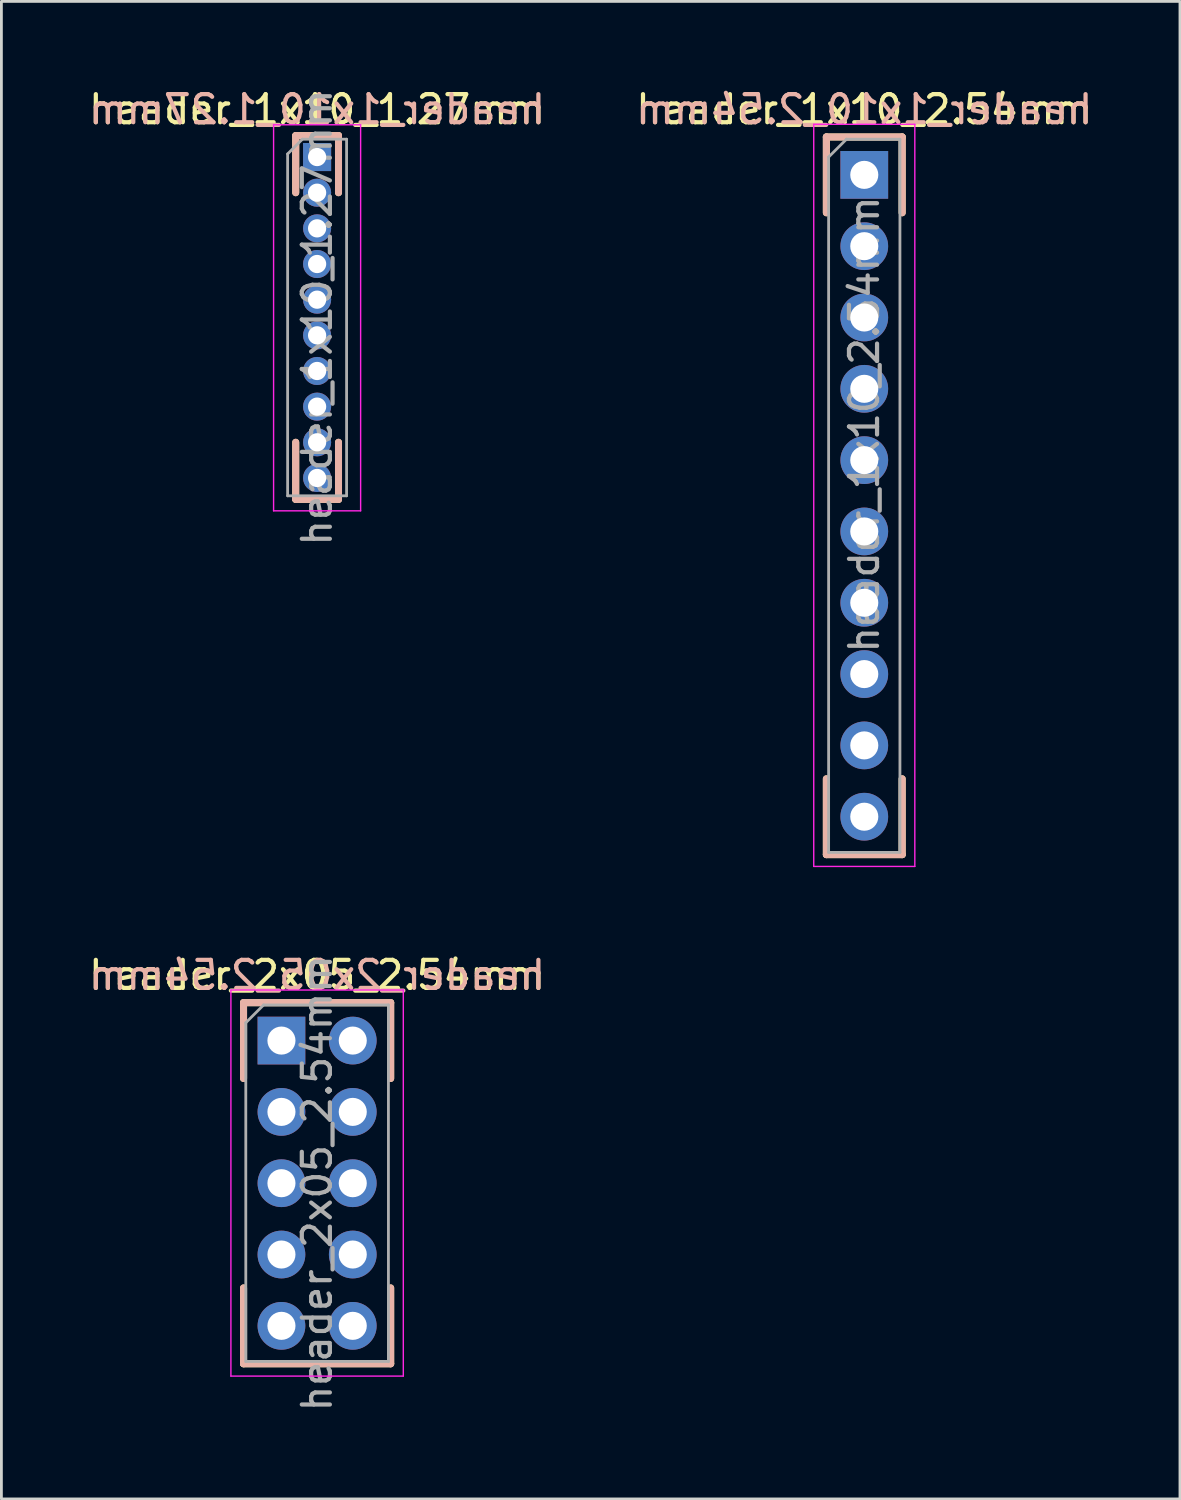
<source format=kicad_pcb>
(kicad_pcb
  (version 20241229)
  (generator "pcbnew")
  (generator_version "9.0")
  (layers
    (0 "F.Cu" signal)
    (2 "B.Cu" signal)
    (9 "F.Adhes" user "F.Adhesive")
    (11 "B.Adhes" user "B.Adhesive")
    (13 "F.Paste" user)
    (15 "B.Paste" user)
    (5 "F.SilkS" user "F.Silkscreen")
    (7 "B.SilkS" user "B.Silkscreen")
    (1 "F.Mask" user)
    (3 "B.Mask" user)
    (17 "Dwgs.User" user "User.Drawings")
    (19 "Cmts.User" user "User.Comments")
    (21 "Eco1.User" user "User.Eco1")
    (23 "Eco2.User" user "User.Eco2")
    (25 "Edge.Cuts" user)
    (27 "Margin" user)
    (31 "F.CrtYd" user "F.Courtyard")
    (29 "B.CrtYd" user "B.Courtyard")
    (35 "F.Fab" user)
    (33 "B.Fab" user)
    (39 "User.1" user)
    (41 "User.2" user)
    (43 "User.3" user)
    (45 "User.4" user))
  (footprint "header_1x10_1.27mm"
    (layer "F.Cu")
    (at 8.244 2.543)
    (property "Reference" "header_1x10_1.27mm" (at 0 -1.695 0) (layer "F.SilkS") (effects (font (size 1 1) (thickness 0.15))))
    (attr through_hole)
    (fp_line (start -0.762 1.27) (end -0.762 -0.762) (stroke (width 0.25) (type solid)) (layer "F.SilkS"))
    (fp_line (start -0.762 10.16) (end -0.762 12.192) (stroke (width 0.25) (type solid)) (layer "F.SilkS"))
    (fp_line (start -0.762 12.192) (end 0.762 12.192) (stroke (width 0.25) (type solid)) (layer "F.SilkS"))
    (fp_line (start 0.762 -0.762) (end -0.762 -0.762) (stroke (width 0.25) (type solid)) (layer "F.SilkS"))
    (fp_line (start 0.762 1.27) (end 0.762 -0.762) (stroke (width 0.25) (type solid)) (layer "F.SilkS"))
    (fp_line (start 0.762 10.16) (end 0.762 12.192) (stroke (width 0.25) (type solid)) (layer "F.SilkS"))
    (fp_line (start -0.762 -0.762) (end 0.762 -0.762) (stroke (width 0.25) (type solid)) (layer "B.SilkS"))
    (fp_line (start -0.762 1.27) (end -0.762 -0.762) (stroke (width 0.25) (type solid)) (layer "B.SilkS"))
    (fp_line (start -0.762 10.16) (end -0.762 12.192) (stroke (width 0.25) (type solid)) (layer "B.SilkS"))
    (fp_line (start 0.762 1.27) (end 0.762 -0.762) (stroke (width 0.25) (type solid)) (layer "B.SilkS"))
    (fp_line (start 0.762 10.16) (end 0.762 12.192) (stroke (width 0.25) (type solid)) (layer "B.SilkS"))
    (fp_line (start 0.762 12.192) (end -0.762 12.192) (stroke (width 0.25) (type solid)) (layer "B.SilkS"))
    (fp_line (start -1.55 -1.15) (end -1.55 12.6) (stroke (width 0.05) (type solid)) (layer "F.CrtYd"))
    (fp_line (start -1.55 12.6) (end 1.55 12.6) (stroke (width 0.05) (type solid)) (layer "F.CrtYd"))
    (fp_line (start 1.55 -1.15) (end -1.55 -1.15) (stroke (width 0.05) (type solid)) (layer "F.CrtYd"))
    (fp_line (start 1.55 12.6) (end 1.55 -1.15) (stroke (width 0.05) (type solid)) (layer "F.CrtYd"))
    (fp_line (start -1.05 -0.11) (end -0.525 -0.635) (stroke (width 0.1) (type solid)) (layer "F.Fab"))
    (fp_line (start -1.05 12.065) (end -1.05 -0.11) (stroke (width 0.1) (type solid)) (layer "F.Fab"))
    (fp_line (start -0.525 -0.635) (end 1.05 -0.635) (stroke (width 0.1) (type solid)) (layer "F.Fab"))
    (fp_line (start 1.05 -0.635) (end 1.05 12.065) (stroke (width 0.1) (type solid)) (layer "F.Fab"))
    (fp_line (start 1.05 12.065) (end -1.05 12.065) (stroke (width 0.1) (type solid)) (layer "F.Fab"))
    (fp_text user "${REFERENCE}" (at 0 -1.695 180) (layer "B.SilkS") (effects (font (size 1 1) (thickness 0.15)) (justify mirror)))
    (fp_text user "${REFERENCE}" (at 0 5.715 90) (layer "F.Fab") (effects (font (size 1 1) (thickness 0.15))))
    (pad "1" thru_hole rect (at 0 0) (size 1 1) (drill 0.65) (layers "*.Cu" "*.Mask"))
    (pad "2" thru_hole oval (at 0 1.27) (size 1 1) (drill 0.65) (layers "*.Cu" "*.Mask"))
    (pad "3" thru_hole oval (at 0 2.54) (size 1 1) (drill 0.65) (layers "*.Cu" "*.Mask"))
    (pad "4" thru_hole oval (at 0 3.81) (size 1 1) (drill 0.65) (layers "*.Cu" "*.Mask"))
    (pad "5" thru_hole oval (at 0 5.08) (size 1 1) (drill 0.65) (layers "*.Cu" "*.Mask"))
    (pad "6" thru_hole oval (at 0 6.35) (size 1 1) (drill 0.65) (layers "*.Cu" "*.Mask"))
    (pad "7" thru_hole oval (at 0 7.62) (size 1 1) (drill 0.65) (layers "*.Cu" "*.Mask"))
    (pad "8" thru_hole oval (at 0 8.89) (size 1 1) (drill 0.65) (layers "*.Cu" "*.Mask"))
    (pad "9" thru_hole oval (at 0 10.16) (size 1 1) (drill 0.65) (layers "*.Cu" "*.Mask"))
    (pad "10" thru_hole oval (at 0 11.43) (size 1 1) (drill 0.65) (layers "*.Cu" "*.Mask")))
  (footprint "header_2x05_2.54mm"
    (layer "F.Cu")
    (at 6.974 34.011)
    (property "Reference" "header_2x05_2.54mm" (at 1.27 -2.33 0) (layer "F.SilkS") (effects (font (size 1 1) (thickness 0.15))))
    (attr through_hole)
    (fp_line (start -1.35 -1.35) (end 3.89 -1.35) (stroke (width 0.25) (type solid)) (layer "F.SilkS"))
    (fp_line (start -1.35 1.35) (end -1.35 -1.35) (stroke (width 0.25) (type solid)) (layer "F.SilkS"))
    (fp_line (start -1.35 11.51) (end -1.35 8.81) (stroke (width 0.25) (type solid)) (layer "F.SilkS"))
    (fp_line (start -1.35 11.51) (end 3.89 11.51) (stroke (width 0.25) (type solid)) (layer "F.SilkS"))
    (fp_line (start 3.89 -1.35) (end 3.89 1.35) (stroke (width 0.25) (type solid)) (layer "F.SilkS"))
    (fp_line (start 3.89 11.51) (end 3.89 8.81) (stroke (width 0.25) (type solid)) (layer "F.SilkS"))
    (fp_line (start -1.35 -1.35) (end -1.35 1.35) (stroke (width 0.25) (type solid)) (layer "B.SilkS"))
    (fp_line (start -1.35 11.51) (end -1.35 8.81) (stroke (width 0.25) (type solid)) (layer "B.SilkS"))
    (fp_line (start 3.89 -1.35) (end -1.35 -1.35) (stroke (width 0.25) (type solid)) (layer "B.SilkS"))
    (fp_line (start 3.89 1.35) (end 3.89 -1.35) (stroke (width 0.25) (type solid)) (layer "B.SilkS"))
    (fp_line (start 3.89 11.51) (end -1.35 11.51) (stroke (width 0.25) (type solid)) (layer "B.SilkS"))
    (fp_line (start 3.89 11.51) (end 3.89 8.81) (stroke (width 0.25) (type solid)) (layer "B.SilkS"))
    (fp_line (start -1.8 -1.8) (end -1.8 11.95) (stroke (width 0.05) (type solid)) (layer "F.CrtYd"))
    (fp_line (start -1.8 11.95) (end 4.34 11.95) (stroke (width 0.05) (type solid)) (layer "F.CrtYd"))
    (fp_line (start 4.34 -1.8) (end -1.8 -1.8) (stroke (width 0.05) (type solid)) (layer "F.CrtYd"))
    (fp_line (start 4.34 11.95) (end 4.34 -1.8) (stroke (width 0.05) (type solid)) (layer "F.CrtYd"))
    (fp_line (start -1.27 -0.635) (end -0.635 -1.27) (stroke (width 0.1) (type solid)) (layer "F.Fab"))
    (fp_line (start -1.27 11.43) (end -1.27 -0.635) (stroke (width 0.1) (type solid)) (layer "F.Fab"))
    (fp_line (start -0.635 -1.27) (end 3.81 -1.27) (stroke (width 0.1) (type solid)) (layer "F.Fab"))
    (fp_line (start 3.81 -1.27) (end 3.81 11.43) (stroke (width 0.1) (type solid)) (layer "F.Fab"))
    (fp_line (start 3.81 11.43) (end -1.27 11.43) (stroke (width 0.1) (type solid)) (layer "F.Fab"))
    (fp_text user "${REFERENCE}" (at 1.27 -2.33 0) (layer "B.SilkS") (effects (font (size 1 1) (thickness 0.15)) (justify mirror)))
    (fp_text user "${REFERENCE}" (at 1.27 5.08 90) (layer "F.Fab") (effects (font (size 1 1) (thickness 0.15))))
    (pad "1" thru_hole rect (at 0 0) (size 1.7 1.7) (drill 1) (layers "*.Cu" "*.Mask"))
    (pad "2" thru_hole circle (at 2.54 0) (size 1.7 1.7) (drill 1) (layers "*.Cu" "*.Mask"))
    (pad "3" thru_hole oval (at 0 2.54) (size 1.7 1.7) (drill 1) (layers "*.Cu" "*.Mask"))
    (pad "4" thru_hole oval (at 2.54 2.54) (size 1.7 1.7) (drill 1) (layers "*.Cu" "*.Mask"))
    (pad "5" thru_hole oval (at 0 5.08) (size 1.7 1.7) (drill 1) (layers "*.Cu" "*.Mask"))
    (pad "6" thru_hole oval (at 2.54 5.08) (size 1.7 1.7) (drill 1) (layers "*.Cu" "*.Mask"))
    (pad "7" thru_hole oval (at 0 7.62) (size 1.7 1.7) (drill 1) (layers "*.Cu" "*.Mask"))
    (pad "8" thru_hole oval (at 2.54 7.62) (size 1.7 1.7) (drill 1) (layers "*.Cu" "*.Mask"))
    (pad "9" thru_hole oval (at 0 10.16) (size 1.7 1.7) (drill 1) (layers "*.Cu" "*.Mask"))
    (pad "10" thru_hole oval (at 2.54 10.16) (size 1.7 1.7) (drill 1) (layers "*.Cu" "*.Mask")))
  (footprint "header_1x10_2.54mm"
    (layer "F.Cu")
    (at 27.732 3.178)
    (property "Reference" "header_1x10_2.54mm" (at 0 -2.33 0) (layer "F.SilkS") (effects (font (size 1 1) (thickness 0.15))))
    (attr through_hole)
    (fp_line (start -1.35 -1.35) (end 1.35 -1.35) (stroke (width 0.25) (type solid)) (layer "F.SilkS"))
    (fp_line (start -1.35 1.35) (end -1.35 -1.35) (stroke (width 0.25) (type solid)) (layer "F.SilkS"))
    (fp_line (start -1.35 24.21) (end -1.35 21.51) (stroke (width 0.25) (type solid)) (layer "F.SilkS"))
    (fp_line (start -1.35 24.21) (end 1.35 24.21) (stroke (width 0.25) (type solid)) (layer "F.SilkS"))
    (fp_line (start 1.35 -1.35) (end 1.35 1.35) (stroke (width 0.25) (type solid)) (layer "F.SilkS"))
    (fp_line (start 1.35 24.21) (end 1.35 21.51) (stroke (width 0.25) (type solid)) (layer "F.SilkS"))
    (fp_line (start -1.35 -1.35) (end -1.35 1.35) (stroke (width 0.25) (type solid)) (layer "B.SilkS"))
    (fp_line (start -1.35 24.21) (end -1.35 21.51) (stroke (width 0.25) (type solid)) (layer "B.SilkS"))
    (fp_line (start 1.35 -1.35) (end -1.35 -1.35) (stroke (width 0.25) (type solid)) (layer "B.SilkS"))
    (fp_line (start 1.35 1.35) (end 1.35 -1.35) (stroke (width 0.25) (type solid)) (layer "B.SilkS"))
    (fp_line (start 1.35 24.21) (end -1.35 24.21) (stroke (width 0.25) (type solid)) (layer "B.SilkS"))
    (fp_line (start 1.35 24.21) (end 1.35 21.51) (stroke (width 0.25) (type solid)) (layer "B.SilkS"))
    (fp_line (start -1.8 -1.8) (end -1.8 24.63) (stroke (width 0.05) (type solid)) (layer "F.CrtYd"))
    (fp_line (start -1.8 24.63) (end 1.8 24.63) (stroke (width 0.05) (type solid)) (layer "F.CrtYd"))
    (fp_line (start 1.8 -1.8) (end -1.8 -1.8) (stroke (width 0.05) (type solid)) (layer "F.CrtYd"))
    (fp_line (start 1.8 24.63) (end 1.8 -1.8) (stroke (width 0.05) (type solid)) (layer "F.CrtYd"))
    (fp_line (start -1.27 -0.635) (end -0.635 -1.27) (stroke (width 0.1) (type solid)) (layer "F.Fab"))
    (fp_line (start -1.27 24.13) (end -1.27 -0.635) (stroke (width 0.1) (type solid)) (layer "F.Fab"))
    (fp_line (start -0.635 -1.27) (end 1.27 -1.27) (stroke (width 0.1) (type solid)) (layer "F.Fab"))
    (fp_line (start 1.27 -1.27) (end 1.27 24.13) (stroke (width 0.1) (type solid)) (layer "F.Fab"))
    (fp_line (start 1.27 24.13) (end -1.27 24.13) (stroke (width 0.1) (type solid)) (layer "F.Fab"))
    (fp_text user "${REFERENCE}" (at 0 -2.33 180) (layer "B.SilkS") (effects (font (size 1 1) (thickness 0.15)) (justify mirror)))
    (fp_text user "${REFERENCE}" (at 0 8.89 90) (layer "F.Fab") (effects (font (size 1 1) (thickness 0.15))))
    (pad "1" thru_hole rect (at 0 0) (size 1.7 1.7) (drill 1) (layers "*.Cu" "*.Mask"))
    (pad "2" thru_hole oval (at 0 2.54) (size 1.7 1.7) (drill 1) (layers "*.Cu" "*.Mask"))
    (pad "3" thru_hole oval (at 0 5.08) (size 1.7 1.7) (drill 1) (layers "*.Cu" "*.Mask"))
    (pad "4" thru_hole oval (at 0 7.62) (size 1.7 1.7) (drill 1) (layers "*.Cu" "*.Mask"))
    (pad "5" thru_hole oval (at 0 10.16) (size 1.7 1.7) (drill 1) (layers "*.Cu" "*.Mask"))
    (pad "6" thru_hole oval (at 0 12.7) (size 1.7 1.7) (drill 1) (layers "*.Cu" "*.Mask"))
    (pad "7" thru_hole oval (at 0 15.24) (size 1.7 1.7) (drill 1) (layers "*.Cu" "*.Mask"))
    (pad "8" thru_hole oval (at 0 17.78) (size 1.7 1.7) (drill 1) (layers "*.Cu" "*.Mask"))
    (pad "9" thru_hole oval (at 0 20.32) (size 1.7 1.7) (drill 1) (layers "*.Cu" "*.Mask"))
    (pad "10" thru_hole oval (at 0 22.86) (size 1.7 1.7) (drill 1) (layers "*.Cu" "*.Mask")))
  (gr_rect
    (start -3 -3)
    (end 38.976 50.336)
    (stroke (width 0.1) (type default))
    (fill no)
    (layer "Edge.Cuts")))
</source>
